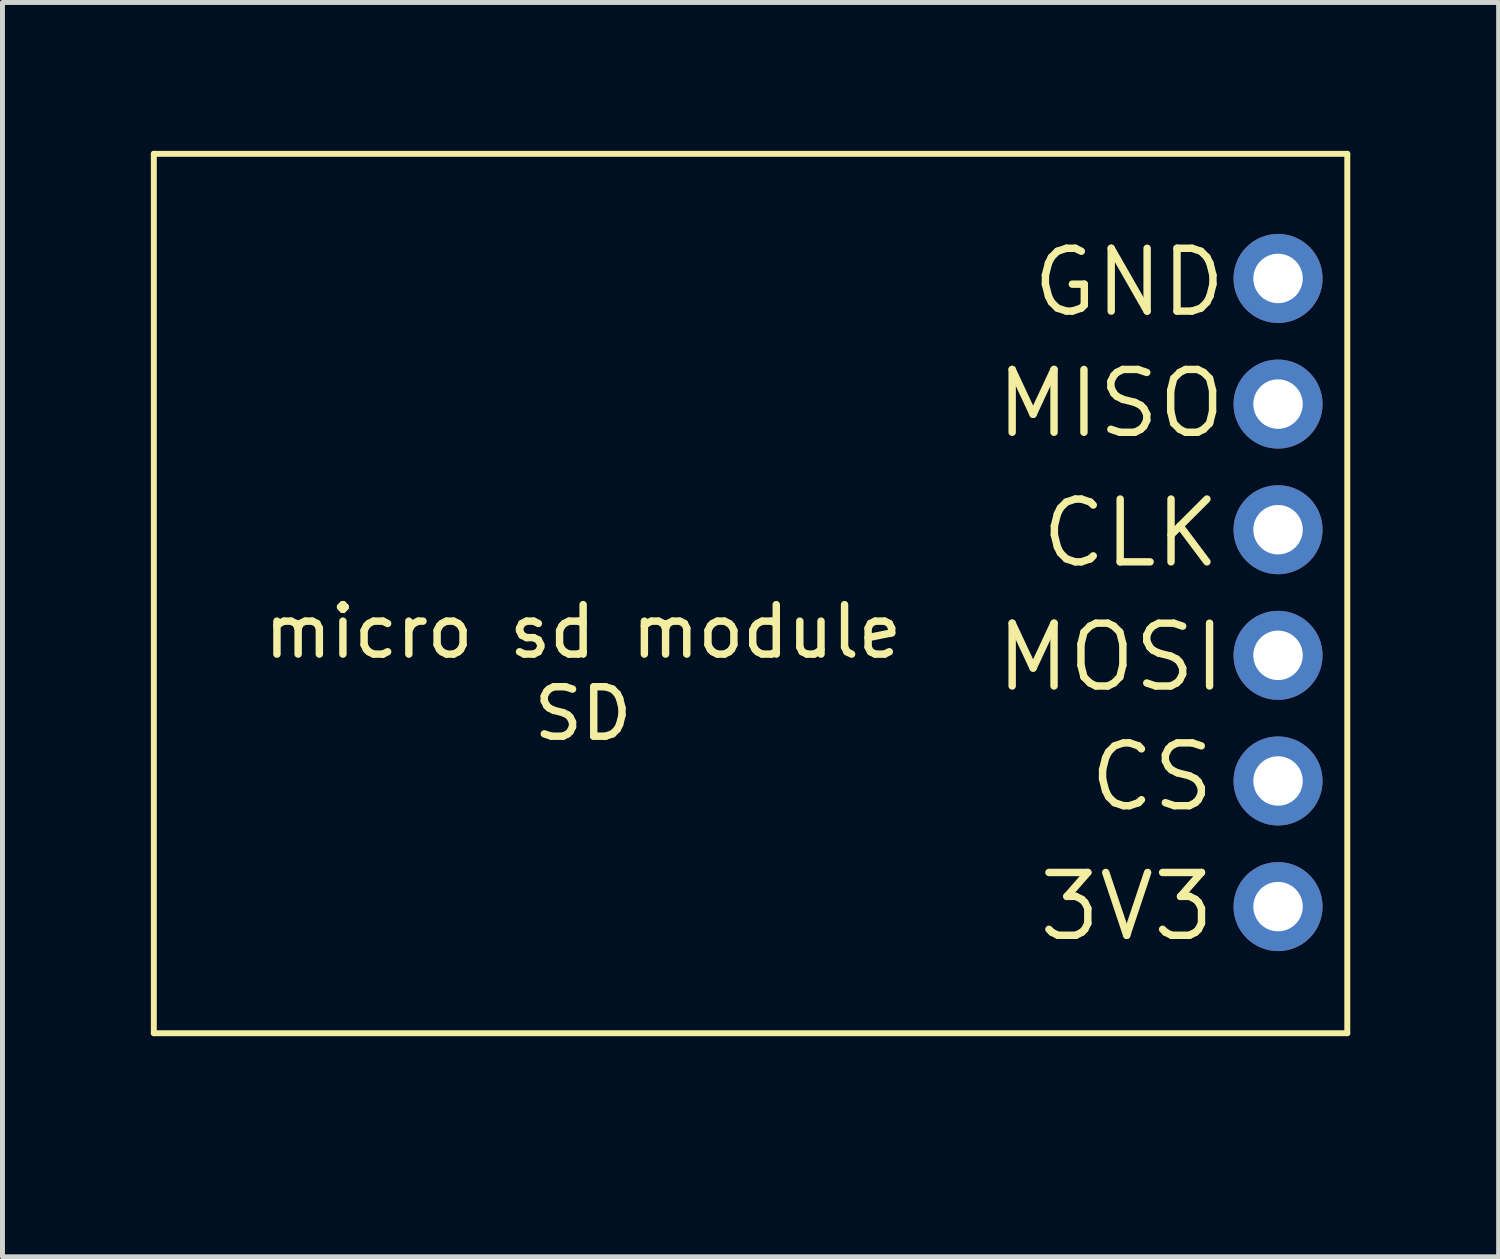
<source format=kicad_pcb>
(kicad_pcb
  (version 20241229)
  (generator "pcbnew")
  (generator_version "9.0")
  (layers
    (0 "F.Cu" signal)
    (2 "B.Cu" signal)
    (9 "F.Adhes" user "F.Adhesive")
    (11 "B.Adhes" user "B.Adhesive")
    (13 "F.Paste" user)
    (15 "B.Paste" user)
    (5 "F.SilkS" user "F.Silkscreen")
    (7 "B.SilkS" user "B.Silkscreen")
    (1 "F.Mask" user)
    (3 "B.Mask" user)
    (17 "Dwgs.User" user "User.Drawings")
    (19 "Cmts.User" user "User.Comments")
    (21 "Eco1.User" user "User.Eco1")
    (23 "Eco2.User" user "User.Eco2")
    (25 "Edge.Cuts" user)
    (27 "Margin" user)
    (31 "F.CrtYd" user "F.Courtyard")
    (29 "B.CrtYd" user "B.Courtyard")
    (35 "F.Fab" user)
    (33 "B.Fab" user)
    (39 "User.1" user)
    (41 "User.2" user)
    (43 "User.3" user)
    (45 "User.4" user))
  (footprint "SD"
    (layer "F.Cu")
    (at 10.22 19.11)
    (property "Reference" "SD" (at -1.48 -7.73 0) (layer "F.SilkS") (effects (font (size 1 1) (thickness 0.15))))
    (attr through_hole)
    (fp_line (start -10.16 -19.05) (end 13.97 -19.05) (stroke (width 0.12) (type solid)) (layer "F.SilkS"))
    (fp_line (start -10.16 -1.27) (end -10.16 -19.05) (stroke (width 0.12) (type solid)) (layer "F.SilkS"))
    (fp_line (start 13.97 -19.05) (end 13.97 -1.27) (stroke (width 0.12) (type solid)) (layer "F.SilkS"))
    (fp_line (start 13.97 -1.27) (end -10.16 -1.27) (stroke (width 0.12) (type solid)) (layer "F.SilkS"))
    (fp_text user "3V3" (at 9.51 -3.83 180) (layer "F.SilkS") (effects (font (size 1.27 1.27) (thickness 0.15))))
    (fp_text user "MOSI" (at 9.19 -8.87 180) (layer "F.SilkS") (effects (font (size 1.27 1.27) (thickness 0.15))))
    (fp_text user "micro sd module" (at -1.48 -9.39 0) (layer "F.SilkS") (effects (font (size 1 1) (thickness 0.15))))
    (fp_text user "CLK" (at 9.59 -11.38 180) (layer "F.SilkS") (effects (font (size 1.27 1.27) (thickness 0.15))))
    (fp_text user "MISO" (at 9.19 -14 180) (layer "F.SilkS") (effects (font (size 1.27 1.27) (thickness 0.15))))
    (fp_text user "CS" (at 10.02 -6.45 180) (layer "F.SilkS") (effects (font (size 1.27 1.27) (thickness 0.15))))
    (fp_text user "GND" (at 9.56 -16.45 180) (layer "F.SilkS") (effects (font (size 1.27 1.27) (thickness 0.15))))
    (pad "1" thru_hole circle (at 12.57 -3.83 180) (size 1.8 1.8) (drill 1) (layers "*.Cu" "*.Mask"))
    (pad "2" thru_hole circle (at 12.57 -6.37 180) (size 1.8 1.8) (drill 1) (layers "*.Cu" "*.Mask"))
    (pad "3" thru_hole circle (at 12.57 -8.91 180) (size 1.8 1.8) (drill 1) (layers "*.Cu" "*.Mask"))
    (pad "4" thru_hole circle (at 12.57 -11.45 180) (size 1.8 1.8) (drill 1) (layers "*.Cu" "*.Mask"))
    (pad "5" thru_hole circle (at 12.57 -13.99 180) (size 1.8 1.8) (drill 1) (layers "*.Cu" "*.Mask"))
    (pad "6" thru_hole circle (at 12.57 -16.53 180) (size 1.8 1.8) (drill 1) (layers "*.Cu" "*.Mask")))
  (gr_rect
    (start -3 -3)
    (end 27.25 22.36)
    (stroke (width 0.1) (type default))
    (fill no)
    (layer "Edge.Cuts")))
</source>
